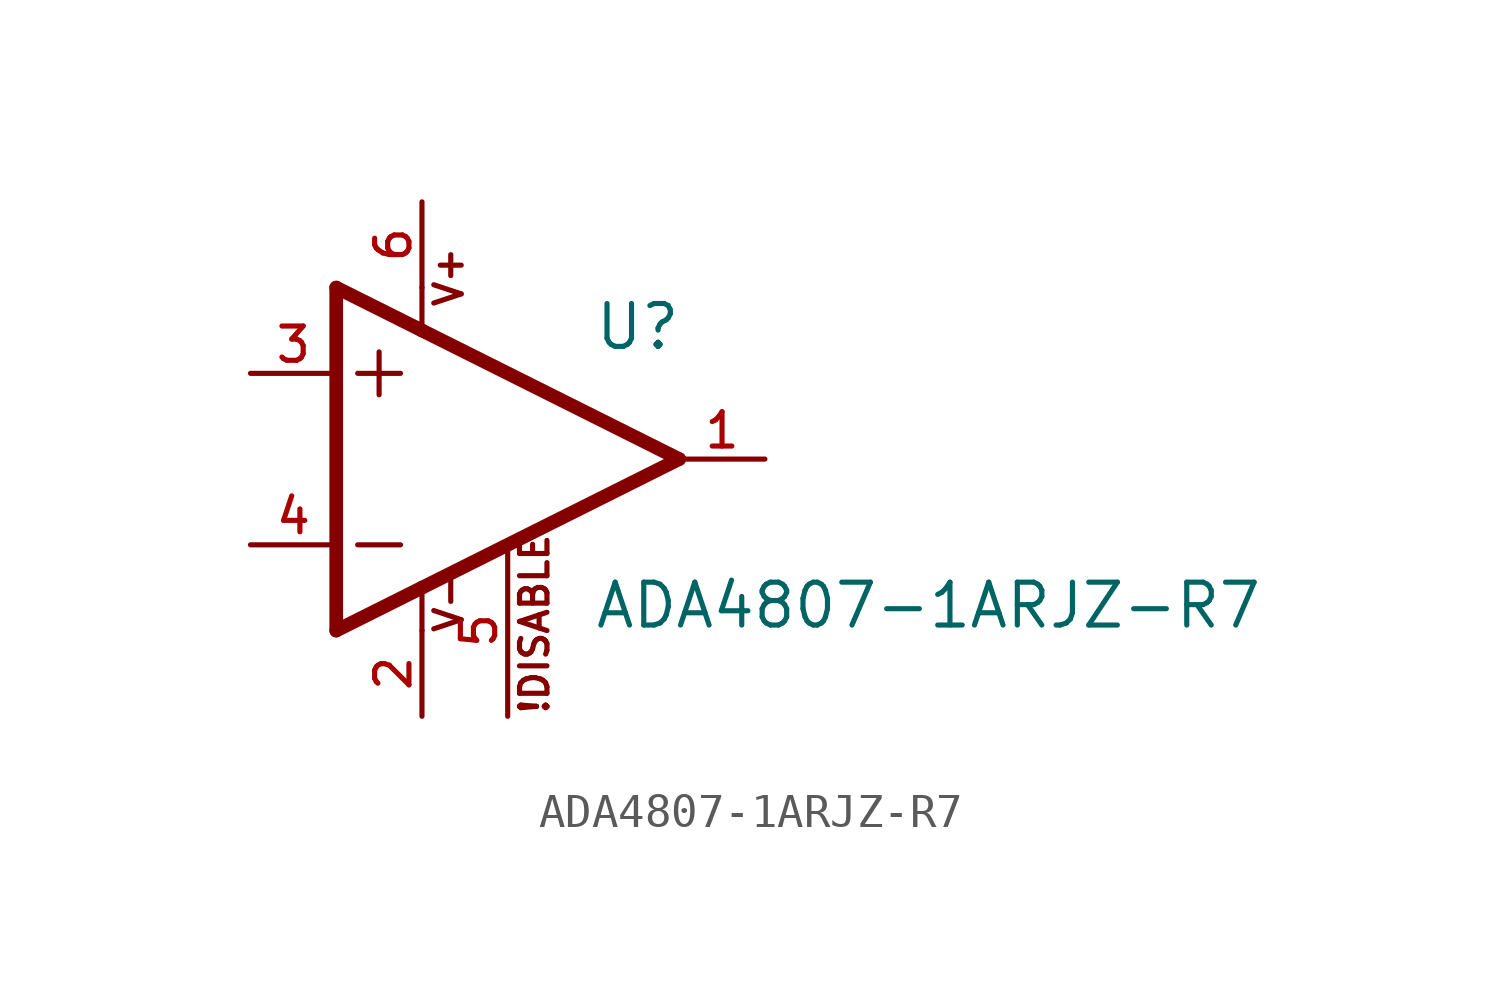
<source format=kicad_sym>
(kicad_symbol_lib
  (version 20211014)
  (generator kicad_symbol_editor)
  (symbol "ADA4807-1ARJZ-R7"
    (pin_names
      (offset 1.016))
    (property "Reference" "U"
      (at 2.54 3.175 0)
      (effects (font (size 1.27 1.27)) (justify bottom left)))
    (property "Value" "ADA4807-1ARJZ-R7"
      (at 2.54 -5.08 0)
      (effects (font (size 1.27 1.27)) (justify bottom left)))
    (symbol "ADA4807-1ARJZ-R7_0_0"
      (polyline (pts (xy -5.08 5.08) (xy -5.08 -5.08)) (stroke (width 0.406)))
      (polyline (pts (xy -5.08 -5.08) (xy -2.54 -3.81)) (stroke (width 0.406)))
      (polyline (pts (xy -2.54 -3.81) (xy 5.08 0.0)) (stroke (width 0.406)))
      (polyline (pts (xy 5.08 0.0) (xy -2.54 3.81)) (stroke (width 0.406)))
      (polyline (pts (xy -2.54 3.81) (xy -5.08 5.08)) (stroke (width 0.406)))
      (polyline (pts (xy -3.81 3.175) (xy -3.81 1.905)) (stroke (width 0.152)))
      (polyline (pts (xy -4.445 2.54) (xy -3.175 2.54)) (stroke (width 0.152)))
      (polyline (pts (xy -4.445 -2.54) (xy -3.175 -2.54)) (stroke (width 0.152)))
      (text "V+" (at -1.27 4.445 900) (effects (font (size 0.813 0.813)) (justify bottom left)))
      (text "V-" (at -1.27 -5.207 900) (effects (font (size 0.813 0.813)) (justify bottom left)))
      (polyline (pts (xy -2.54 5.08) (xy -2.54 3.81)) (stroke (width 0.152)))
      (polyline (pts (xy -2.54 -5.08) (xy -2.54 -3.81)) (stroke (width 0.152)))
      (text "!DISABLE" (at 1.27 -7.62 900) (effects (font (size 0.813 0.813)) (justify bottom left)))
      (pin input line (at -7.62 -2.54 0) (length 2.54) (name "~" (effects (font (size 1.016 1.016)))) (number "4" (effects (font (size 1.016 1.016)))))
      (pin input line (at -7.62 2.54 0) (length 2.54) (name "~" (effects (font (size 1.016 1.016)))) (number "3" (effects (font (size 1.016 1.016)))))
      (pin output line (at 7.62 0.0 180.0) (length 2.54) (name "~" (effects (font (size 1.016 1.016)))) (number "1" (effects (font (size 1.016 1.016)))))
      (pin power_in line (at -2.54 7.62 270.0) (length 2.54) (name "~" (effects (font (size 1.016 1.016)))) (number "6" (effects (font (size 1.016 1.016)))))
      (pin power_in line (at -2.54 -7.62 90.0) (length 2.54) (name "~" (effects (font (size 1.016 1.016)))) (number "2" (effects (font (size 1.016 1.016)))))
      (pin passive line (at 0.0 -7.62 90.0) (length 5.08) (name "~" (effects (font (size 1.016 1.016)))) (number "5" (effects (font (size 1.016 1.016))))))))
</source>
